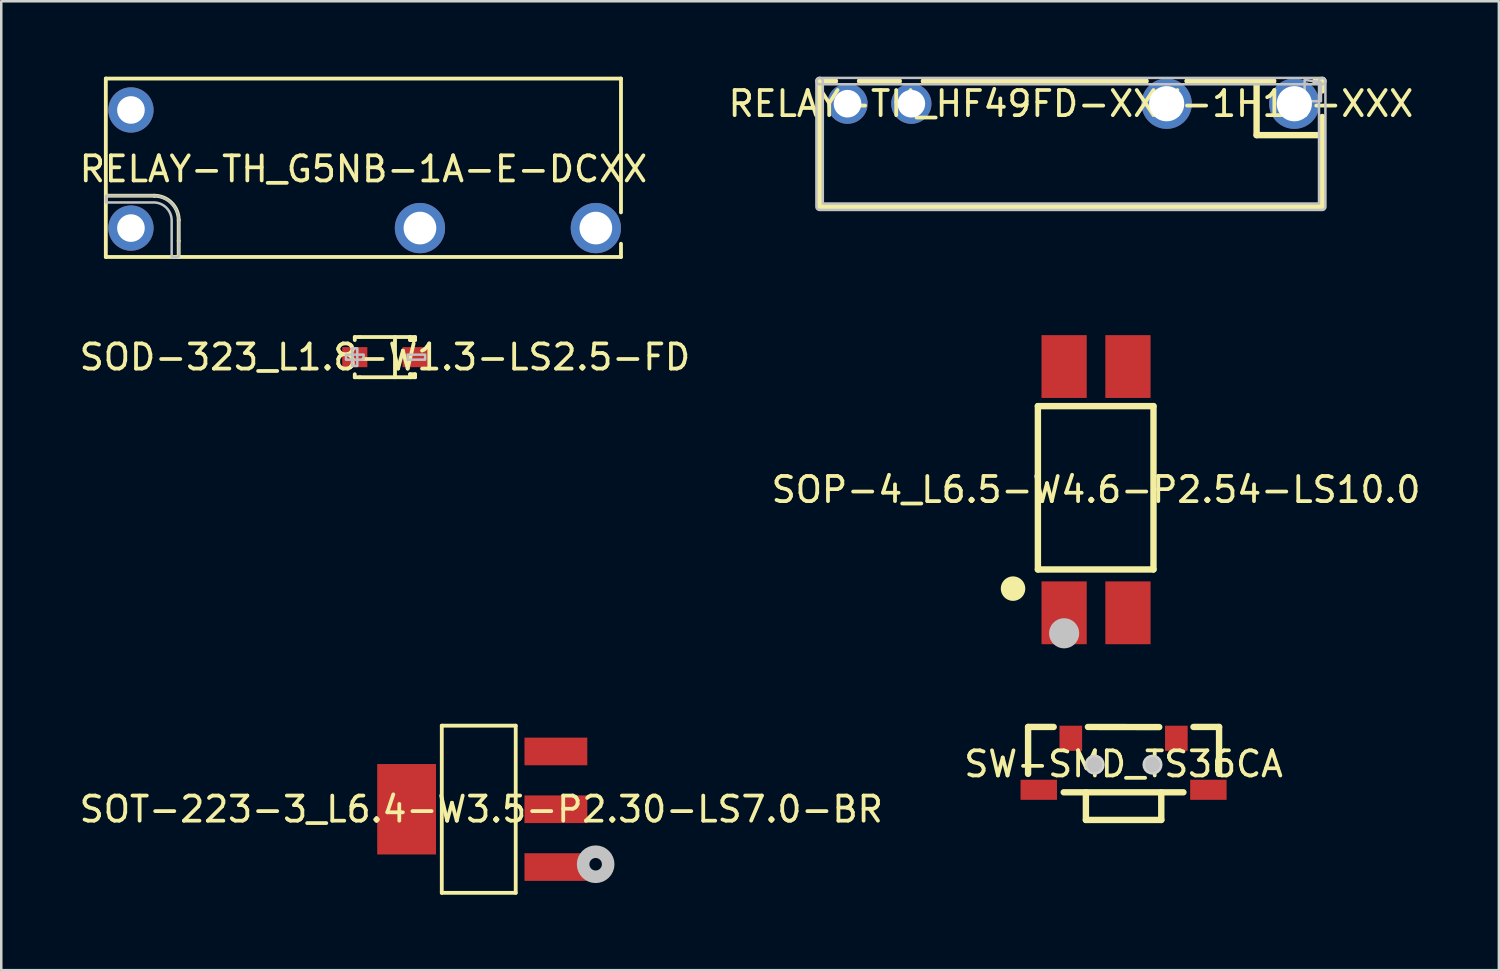
<source format=kicad_pcb>
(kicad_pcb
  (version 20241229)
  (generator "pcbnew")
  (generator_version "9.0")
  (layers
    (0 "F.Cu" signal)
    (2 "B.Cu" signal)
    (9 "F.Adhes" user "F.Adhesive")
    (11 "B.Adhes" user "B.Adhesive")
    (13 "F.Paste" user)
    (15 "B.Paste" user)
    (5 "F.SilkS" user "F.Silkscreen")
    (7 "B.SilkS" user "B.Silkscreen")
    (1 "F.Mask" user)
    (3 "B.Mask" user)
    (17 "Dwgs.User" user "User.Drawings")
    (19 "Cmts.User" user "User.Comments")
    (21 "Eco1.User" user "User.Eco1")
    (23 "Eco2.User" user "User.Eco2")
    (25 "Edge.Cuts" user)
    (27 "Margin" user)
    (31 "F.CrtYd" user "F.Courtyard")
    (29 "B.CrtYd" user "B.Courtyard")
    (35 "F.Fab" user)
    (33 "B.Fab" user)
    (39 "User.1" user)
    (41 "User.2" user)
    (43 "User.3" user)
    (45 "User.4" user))
  (footprint "SOT-223-3_L6.4-W3.5-P2.30-LS7.0-BR"
    (layer "F.Cu")
    (at 16.101 29.153)
    (property "Reference" "SOT-223-3_L6.4-W3.5-P2.30-LS7.0-BR" (at 0 0 0) (layer "F.SilkS") (effects (font (size 1 1) (thickness 0.15))))
    (fp_line (start -1.571 -3.326) (end 1.371 -3.326) (stroke (width 0.152) (type default)) (layer "F.SilkS"))
    (fp_line (start -1.571 3.326) (end -1.571 -3.326) (stroke (width 0.152) (type default)) (layer "F.SilkS"))
    (fp_line (start 1.371 -3.326) (end 1.371 3.326) (stroke (width 0.152) (type default)) (layer "F.SilkS"))
    (fp_line (start 1.371 3.326) (end -1.571 3.326) (stroke (width 0.152) (type default)) (layer "F.SilkS"))
    (fp_circle (center 4.552 2.188) (end 4.801 2.188) (stroke (width 0.5) (type default)) (fill no) (layer "Dwgs.User"))
    (fp_poly (pts (xy -3.6 1.5) (xy -3.6 -1.5) (xy -2.85 -1.5) (xy -2.85 1.5)) (stroke (width 0.1) (type default)) (fill no) (layer "User.1"))
    (fp_poly (pts (xy -2.86 1.5) (xy -2.86 -1.5) (xy -1.84 -1.5) (xy -1.84 1.5)) (stroke (width 0.1) (type default)) (fill no) (layer "User.1"))
    (fp_poly (pts (xy 1.64 -1.925) (xy 1.64 -2.675) (xy 2.66 -2.675) (xy 2.66 -1.925)) (stroke (width 0.1) (type default)) (fill no) (layer "User.1"))
    (fp_poly (pts (xy 1.64 0.375) (xy 1.64 -0.375) (xy 2.66 -0.375) (xy 2.66 0.375)) (stroke (width 0.1) (type default)) (fill no) (layer "User.1"))
    (fp_poly (pts (xy 1.64 2.675) (xy 1.64 1.925) (xy 2.66 1.925) (xy 2.66 2.675)) (stroke (width 0.1) (type default)) (fill no) (layer "User.1"))
    (fp_poly (pts (xy 2.65 -1.925) (xy 2.65 -2.675) (xy 3.4 -2.675) (xy 3.4 -1.925)) (stroke (width 0.1) (type default)) (fill no) (layer "User.1"))
    (fp_poly (pts (xy 2.65 0.375) (xy 2.65 -0.375) (xy 3.4 -0.375) (xy 3.4 0.375)) (stroke (width 0.1) (type default)) (fill no) (layer "User.1"))
    (fp_poly (pts (xy 2.65 2.675) (xy 2.65 1.925) (xy 3.4 1.925) (xy 3.4 2.675)) (stroke (width 0.1) (type default)) (fill no) (layer "User.1"))
    (fp_line (start -1.854 -3.2) (end 1.646 -3.2) (stroke (width 0.051) (type default)) (layer "User.2"))
    (fp_line (start -1.854 3.2) (end -1.854 -3.2) (stroke (width 0.051) (type default)) (layer "User.2"))
    (fp_line (start 1.646 -3.2) (end 1.646 3.2) (stroke (width 0.051) (type default)) (layer "User.2"))
    (fp_line (start 1.646 3.2) (end -1.854 3.2) (stroke (width 0.051) (type default)) (layer "User.2"))
    (fp_poly (pts (xy 3.46 3.25) (xy 3.442 3.208) (xy 3.4 3.19) (xy 3.358 3.208) (xy 3.34 3.25) (xy 3.358 3.292) (xy 3.4 3.31) (xy 3.442 3.292)) (stroke (width 0.1) (type default)) (fill no) (layer "User.3"))
    (pad "1" smd rect (at 2.97 2.3) (size 2.5 1.1) (layers "F.Cu" "F.Mask" "F.Paste"))
    (pad "2" smd rect (at 2.97 0) (size 2.5 1.1) (layers "F.Cu" "F.Mask" "F.Paste"))
    (pad "3" smd rect (at 2.97 -2.3) (size 2.5 1.1) (layers "F.Cu" "F.Mask" "F.Paste"))
    (pad "4" smd rect (at -2.97 0) (size 2.34 3.6) (layers "F.Cu" "F.Mask" "F.Paste")))
  (footprint "RELAY-TH_G5NB-1A-E-DCXX"
    (layer "F.Cu")
    (at 11.411 3.676)
    (property "Reference" "RELAY-TH_G5NB-1A-E-DCXX" (at 0 0 0) (layer "F.SilkS") (effects (font (size 1 1) (thickness 0.15))))
    (fp_line (start -10.25 -3.6) (end 10.25 -3.6) (stroke (width 0.152) (type default)) (layer "F.SilkS"))
    (fp_line (start -10.25 1.062) (end -8.32 1.062) (stroke (width 0.152) (type default)) (layer "F.SilkS"))
    (fp_line (start -10.25 3.5) (end -10.25 -3.6) (stroke (width 0.152) (type default)) (layer "F.SilkS"))
    (fp_line (start -7.35 2.033) (end -7.35 2.86) (stroke (width 0.152) (type default)) (layer "F.SilkS"))
    (fp_line (start -7.35 2.86) (end -7.35 3.5) (stroke (width 0.152) (type default)) (layer "F.SilkS"))
    (fp_line (start 10.25 -3.6) (end 10.25 1.726) (stroke (width 0.152) (type default)) (layer "F.SilkS"))
    (fp_line (start 10.25 2.974) (end 10.25 3.5) (stroke (width 0.152) (type default)) (layer "F.SilkS"))
    (fp_line (start 10.25 3.5) (end -10.25 3.5) (stroke (width 0.152) (type default)) (layer "F.SilkS"))
    (fp_arc (start -8.32 1.0625) (mid -7.634106 1.346606) (end -7.35 2.0325) (stroke (width 0.152) (type default)) (layer "F.SilkS"))
    (fp_poly (pts (xy -10.24 1.06) (arc (start -8.35 1.06) (mid -7.642893 1.352893) (end -7.35 2.06)) (xy -7.35 3.5) (arc (start -7.62 3.5) (mid -7.627071 3.502929) (end -7.63 3.51)) (arc (start -7.63 2.05) (mid -7.840883 1.540883) (end -8.35 1.33)) (xy -10.24 1.33)) (stroke (width 0.1) (type default)) (fill no) (layer "Dwgs.User"))
    (fp_poly (pts (xy -9.45 -2.55) (xy -9.05 -2.55) (xy -9.05 -2.15) (xy -9.45 -2.15)) (stroke (width 0.1) (type default)) (fill no) (layer "User.1"))
    (fp_poly (pts (xy -9.45 2.15) (xy -9.05 2.15) (xy -9.05 2.55) (xy -9.45 2.55)) (stroke (width 0.1) (type default)) (fill no) (layer "User.1"))
    (fp_poly (pts (xy 2.115 1.95) (xy 2.385 1.95) (xy 2.385 2.75) (xy 2.115 2.75)) (stroke (width 0.1) (type default)) (fill no) (layer "User.1"))
    (fp_poly (pts (xy 9.085 1.95) (xy 9.415 1.95) (xy 9.415 2.75) (xy 9.085 2.75)) (stroke (width 0.1) (type default)) (fill no) (layer "User.1"))
    (fp_line (start -10.25 -3.6) (end 10.25 -3.6) (stroke (width 0.051) (type default)) (layer "User.2"))
    (fp_line (start -10.25 3.5) (end -10.25 -3.6) (stroke (width 0.051) (type default)) (layer "User.2"))
    (fp_line (start 10.25 -3.6) (end 10.25 3.5) (stroke (width 0.051) (type default)) (layer "User.2"))
    (fp_line (start 10.25 3.5) (end -10.25 3.5) (stroke (width 0.051) (type default)) (layer "User.2"))
    (fp_poly (pts (xy -10.19 3.5) (xy -10.208 3.458) (xy -10.25 3.44) (xy -10.292 3.458) (xy -10.31 3.5) (xy -10.292 3.542) (xy -10.25 3.56) (xy -10.208 3.542)) (stroke (width 0.1) (type default)) (fill no) (layer "User.3"))
    (pad "1" thru_hole circle (at -9.25 2.35) (size 1.8 1.8) (drill 1.1) (layers "*.Cu" "*.Mask"))
    (pad "2" thru_hole circle (at 2.25 2.35) (size 2 2) (drill 1.3) (layers "*.Cu" "*.Mask"))
    (pad "3" thru_hole circle (at 9.25 2.35) (size 2 2) (drill 1.3) (layers "*.Cu" "*.Mask"))
    (pad "4" thru_hole circle (at -9.25 -2.35) (size 1.8 1.8) (drill 1.1) (layers "*.Cu" "*.Mask")))
  (footprint "RELAY-TH_HF49FD-XXX-1H11-XXX"
    (layer "F.Cu")
    (at 39.565 1.077)
    (property "Reference" "RELAY-TH_HF49FD-XXX-1H11-XXX" (at 0 0 0) (layer "F.SilkS") (effects (font (size 1 1) (thickness 0.15))))
    (fp_line (start -10 -0.9) (end -9.39 -0.9) (stroke (width 0.254) (type default)) (layer "F.SilkS"))
    (fp_line (start -10 0.2) (end -10 -0.9) (stroke (width 0.254) (type default)) (layer "F.SilkS"))
    (fp_line (start -10 4.1) (end -10 0.15) (stroke (width 0.254) (type default)) (layer "F.SilkS"))
    (fp_line (start -8.389 -0.9) (end -6.851 -0.9) (stroke (width 0.254) (type default)) (layer "F.SilkS"))
    (fp_line (start -5.849 -0.9) (end 2.971 -0.9) (stroke (width 0.254) (type default)) (layer "F.SilkS"))
    (fp_line (start 4.649 -0.9) (end 7.659 -0.9) (stroke (width 0.254) (type default)) (layer "F.SilkS"))
    (fp_line (start 4.649 -0.9) (end 8.051 -0.9) (stroke (width 0.254) (type default)) (layer "F.SilkS"))
    (fp_line (start 7.389 -0.9) (end 7.389 1.25) (stroke (width 0.254) (type default)) (layer "F.SilkS"))
    (fp_line (start 7.389 1.25) (end 10 1.25) (stroke (width 0.254) (type default)) (layer "F.SilkS"))
    (fp_line (start 10 -0.9) (end 9.729 -0.9) (stroke (width 0.254) (type default)) (layer "F.SilkS"))
    (fp_line (start 10 -0.529) (end 10 -0.9) (stroke (width 0.254) (type default)) (layer "F.SilkS"))
    (fp_line (start 10 1.203) (end 10 0.529) (stroke (width 0.254) (type default)) (layer "F.SilkS"))
    (fp_line (start 10 4.1) (end -10 4.1) (stroke (width 0.254) (type default)) (layer "F.SilkS"))
    (fp_line (start 10 4.1) (end 10 1.203) (stroke (width 0.254) (type default)) (layer "F.SilkS"))
    (fp_poly (pts (xy 9.3 -0.95) (xy 9.3 -0.1) (xy 9.95 -0.1) (xy 9.95 -0.85)) (stroke (width 0.1) (type default)) (fill no) (layer "Dwgs.User"))
    (fp_poly (pts (arc (start -10 -0.773) (mid -10.127 -0.9) (end -10 -1.027)) (arc (start 10 -1.027) (mid 10.127 -0.9) (end 10 -0.773))) (stroke (width 0.1) (type default)) (fill no) (layer "Dwgs.User"))
    (fp_poly (pts (arc (start -10.127 -0.9) (mid -10 -1.027) (end -9.873 -0.9)) (xy -9.873 3.973) (xy 9.873 3.973) (arc (start 9.873 -0.9) (mid 10 -1.027) (end 10.127 -0.9)) (arc (start 10.127 4.1) (mid 10.089803 4.189803) (end 10 4.227)) (arc (start -10 4.227) (mid -10.089803 4.189803) (end -10.127 4.1))) (stroke (width 0.1) (type default)) (fill no) (layer "Dwgs.User"))
    (fp_poly (pts (xy -9.14 0.15) (xy -9.14 -0.15) (xy -8.64 -0.15) (xy -8.64 0.15)) (stroke (width 0.1) (type default)) (fill no) (layer "User.1"))
    (fp_poly (pts (xy -6.6 0.15) (xy -6.6 -0.15) (xy -6.1 -0.15) (xy -6.1 0.15)) (stroke (width 0.1) (type default)) (fill no) (layer "User.1"))
    (fp_poly (pts (xy 3.46 0.15) (xy 3.46 -0.15) (xy 4.16 -0.15) (xy 4.16 0.15)) (stroke (width 0.1) (type default)) (fill no) (layer "User.1"))
    (fp_poly (pts (xy 8.54 -0.15) (xy 9.24 -0.15) (xy 9.24 0.15) (xy 8.54 0.15)) (stroke (width 0.1) (type default)) (fill no) (layer "User.1"))
    (fp_line (start -10 -0.9) (end 10 -0.9) (stroke (width 0.051) (type default)) (layer "User.2"))
    (fp_line (start -10 4.1) (end -10 -0.9) (stroke (width 0.051) (type default)) (layer "User.2"))
    (fp_line (start 10 -0.9) (end 10 4.1) (stroke (width 0.051) (type default)) (layer "User.2"))
    (fp_line (start 10 4.1) (end -10 4.1) (stroke (width 0.051) (type default)) (layer "User.2"))
    (fp_poly (pts (xy -9.94 4.1) (xy -9.958 4.058) (xy -10 4.04) (xy -10.042 4.058) (xy -10.06 4.1) (xy -10.042 4.142) (xy -10 4.16) (xy -9.958 4.142)) (stroke (width 0.1) (type default)) (fill no) (layer "User.3"))
    (pad "1" thru_hole circle (at -8.89 0) (size 1.6 1.6) (drill 1.1) (layers "*.Cu" "*.Mask"))
    (pad "2" thru_hole circle (at -6.35 0) (size 1.6 1.6) (drill 1.1) (layers "*.Cu" "*.Mask"))
    (pad "3" thru_hole circle (at 3.81 0) (size 2 2) (drill 1.4) (layers "*.Cu" "*.Mask"))
    (pad "4" thru_hole circle (at 8.89 0) (size 2 2) (drill 1.4) (layers "*.Cu" "*.Mask")))
  (footprint "SW-SMD_TS36CA"
    (layer "F.Cu")
    (at 41.661 27.353)
    (property "Reference" "SW-SMD_TS36CA" (at 0 0 0) (layer "F.SilkS") (effects (font (size 1 1) (thickness 0.15))))
    (fp_line (start -3.8 -1.475) (end -3.8 0.394) (stroke (width 0.254) (type default)) (layer "F.SilkS"))
    (fp_line (start -3.8 -1.475) (end -2.781 -1.475) (stroke (width 0.254) (type default)) (layer "F.SilkS"))
    (fp_line (start -2.382 1.125) (end 2.382 1.125) (stroke (width 0.254) (type default)) (layer "F.SilkS"))
    (fp_line (start -1.5 2.225) (end -1.5 1.125) (stroke (width 0.254) (type default)) (layer "F.SilkS"))
    (fp_line (start -1.5 2.225) (end 1.5 2.225) (stroke (width 0.254) (type default)) (layer "F.SilkS"))
    (fp_line (start -1.419 -1.475) (end 1.419 -1.47) (stroke (width 0.254) (type default)) (layer "F.SilkS"))
    (fp_line (start 1.5 2.225) (end 1.5 1.125) (stroke (width 0.254) (type default)) (layer "F.SilkS"))
    (fp_line (start 2.781 -1.475) (end 3.8 -1.475) (stroke (width 0.254) (type default)) (layer "F.SilkS"))
    (fp_line (start 3.8 -1.475) (end 3.8 0.394) (stroke (width 0.254) (type default)) (layer "F.SilkS"))
    (fp_circle (center -1.15 0.025) (end -1 0.025) (stroke (width 0.3) (type default)) (fill no) (layer "Dwgs.User"))
    (fp_circle (center 1.15 0.025) (end 1.3 0.025) (stroke (width 0.3) (type default)) (fill no) (layer "Dwgs.User"))
    (fp_poly (pts (xy -0.75 0.025) (xy -0.77 -0.099) (xy -0.826 -0.21) (xy -0.915 -0.299) (xy -1.026 -0.355) (xy -1.15 -0.375) (xy -1.274 -0.355) (xy -1.385 -0.299) (xy -1.474 -0.21) (xy -1.53 -0.099) (xy -1.55 0.025) (xy -1.53 0.149) (xy -1.474 0.26) (xy -1.385 0.349) (xy -1.274 0.405) (xy -1.15 0.425) (xy -1.026 0.405) (xy -0.915 0.349) (xy -0.826 0.26) (xy -0.77 0.149)) (stroke (width 0) (type default)) (fill yes) (layer "Edge.Cuts"))
    (fp_poly (pts (xy 1.55 0.025) (xy 1.53 -0.099) (xy 1.474 -0.21) (xy 1.385 -0.299) (xy 1.274 -0.355) (xy 1.15 -0.375) (xy 1.026 -0.355) (xy 0.915 -0.299) (xy 0.826 -0.21) (xy 0.77 -0.099) (xy 0.75 0.025) (xy 0.77 0.149) (xy 0.826 0.26) (xy 0.915 0.349) (xy 1.026 0.405) (xy 1.15 0.425) (xy 1.274 0.405) (xy 1.385 0.349) (xy 1.474 0.26) (xy 1.53 0.149)) (stroke (width 0) (type default)) (fill yes) (layer "Edge.Cuts"))
    (fp_poly (pts (xy -2.4 -1.37) (xy -1.8 -1.37) (xy -1.8 -0.58) (xy -2.4 -0.58)) (stroke (width 0.1) (type default)) (fill no) (layer "User.1"))
    (fp_poly (pts (xy 1.8 -1.37) (xy 2.4 -1.37) (xy 2.4 -0.58) (xy 1.8 -0.58)) (stroke (width 0.1) (type default)) (fill no) (layer "User.1"))
    (fp_poly (pts (xy 3.582 0.65) (xy 3.582 0.928) (xy 3 0.928) (xy 3 1.092) (xy 3.789 1.098) (xy 3.794 1.093) (xy 3.794 0.65)) (stroke (width 0.1) (type default)) (fill no) (layer "User.1"))
    (fp_poly (pts (xy -3.804 0.65) (xy -3.804 1.098) (xy -3.803 1.099) (xy -3.12 1.099) (xy -3.12 0.93) (xy -3.119 0.929) (xy -3.6 0.929) (xy -3.615 0.914) (xy -3.615 0.65)) (stroke (width 0.1) (type default)) (fill no) (layer "User.1"))
    (fp_line (start -3.8 -1.37) (end 3.8 -1.37) (stroke (width 0.051) (type default)) (layer "User.2"))
    (fp_line (start -3.8 1.1) (end -3.8 -1.37) (stroke (width 0.051) (type default)) (layer "User.2"))
    (fp_line (start -1.5 1.1) (end -3.8 1.1) (stroke (width 0.051) (type default)) (layer "User.2"))
    (fp_line (start -1.5 2.13) (end -1.5 1.1) (stroke (width 0.051) (type default)) (layer "User.2"))
    (fp_line (start 1.5 1.1) (end 1.5 2.13) (stroke (width 0.051) (type default)) (layer "User.2"))
    (fp_line (start 1.5 2.13) (end -1.5 2.13) (stroke (width 0.051) (type default)) (layer "User.2"))
    (fp_line (start 3.8 -1.37) (end 3.8 1.1) (stroke (width 0.051) (type default)) (layer "User.2"))
    (fp_line (start 3.8 1.1) (end 1.5 1.1) (stroke (width 0.051) (type default)) (layer "User.2"))
    (fp_poly (pts (xy -3.744 2.13) (xy -3.761 2.088) (xy -3.804 2.07) (xy -3.846 2.088) (xy -3.864 2.13) (xy -3.846 2.172) (xy -3.804 2.19) (xy -3.761 2.172)) (stroke (width 0.1) (type default)) (fill no) (layer "User.3"))
    (pad "A" smd rect (at -3.375 1.025) (size 1.45 0.8) (layers "F.Cu" "F.Mask" "F.Paste"))
    (pad "B" smd rect (at 3.375 1.025) (size 1.45 0.8) (layers "F.Cu" "F.Mask" "F.Paste"))
    (pad "C" smd rect (at -2.1 -1.025) (size 0.9 1) (layers "F.Cu" "F.Mask" "F.Paste"))
    (pad "D" smd rect (at 2.1 -1.025) (size 0.9 1) (layers "F.Cu" "F.Mask" "F.Paste")))
  (footprint "SOD-323_L1.8-W1.3-LS2.5-FD"
    (layer "F.Cu")
    (at 12.268 11.162)
    (property "Reference" "SOD-323_L1.8-W1.3-LS2.5-FD" (at 0 0 0) (layer "F.SilkS") (effects (font (size 1 1) (thickness 0.15))))
    (fp_line (start -1.2 -0.8) (end -1.2 -0.68) (stroke (width 0.152) (type default)) (layer "F.SilkS"))
    (fp_line (start -1.2 0.68) (end -1.2 0.8) (stroke (width 0.152) (type default)) (layer "F.SilkS"))
    (fp_line (start -1.2 0.8) (end -1 0.8) (stroke (width 0.152) (type default)) (layer "F.SilkS"))
    (fp_line (start -1 -0.8) (end -1.2 -0.8) (stroke (width 0.152) (type default)) (layer "F.SilkS"))
    (fp_line (start -1 -0.8) (end 1 -0.8) (stroke (width 0.152) (type default)) (layer "F.SilkS"))
    (fp_line (start -1 0.8) (end 1 0.8) (stroke (width 0.152) (type default)) (layer "F.SilkS"))
    (fp_line (start 0.4 -0.8) (end 0.4 0.8) (stroke (width 0.152) (type default)) (layer "F.SilkS"))
    (fp_line (start 1 -0.8) (end 1 -0.68) (stroke (width 0.152) (type default)) (layer "F.SilkS"))
    (fp_line (start 1 -0.8) (end 1.2 -0.8) (stroke (width 0.152) (type default)) (layer "F.SilkS"))
    (fp_line (start 1 0.68) (end 1 0.8) (stroke (width 0.152) (type default)) (layer "F.SilkS"))
    (fp_line (start 1 0.68) (end 1.2 0.68) (stroke (width 0.152) (type default)) (layer "F.SilkS"))
    (fp_line (start 1.2 -0.8) (end 1.2 -0.68) (stroke (width 0.152) (type default)) (layer "F.SilkS"))
    (fp_line (start 1.2 -0.68) (end 1 -0.68) (stroke (width 0.152) (type default)) (layer "F.SilkS"))
    (fp_line (start 1.2 0.68) (end 1.2 0.8) (stroke (width 0.152) (type default)) (layer "F.SilkS"))
    (fp_line (start 1.2 0.8) (end 1 0.8) (stroke (width 0.152) (type default)) (layer "F.SilkS"))
    (fp_poly (pts (xy -1.55 -0.1) (xy -0.85 -0.1) (xy -0.85 0) (xy -0.85 0.1) (xy -1.55 0.1)) (stroke (width 0.1) (type default)) (fill no) (layer "Dwgs.User"))
    (fp_poly (pts (xy -1.3 0.35) (xy -1.3 -0.35) (xy -1.2 -0.35) (xy -1.1 -0.35) (xy -1.1 0.35)) (stroke (width 0.1) (type default)) (fill no) (layer "Dwgs.User"))
    (fp_poly (pts (xy 0.9 -0.1) (xy 1.6 -0.1) (xy 1.6 0) (xy 1.6 0.1) (xy 0.9 0.1)) (stroke (width 0.1) (type default)) (fill no) (layer "Dwgs.User"))
    (fp_poly (pts (xy -1.325 0.15) (xy -1.325 -0.15) (xy -1 -0.15) (xy -1 0.15)) (stroke (width 0.1) (type default)) (fill no) (layer "User.1"))
    (fp_poly (pts (xy -1.01 0.15) (xy -1.01 -0.15) (xy -0.84 -0.15) (xy -0.84 0.15)) (stroke (width 0.1) (type default)) (fill no) (layer "User.1"))
    (fp_poly (pts (xy 0.84 0.15) (xy 0.84 -0.15) (xy 1.01 -0.15) (xy 1.01 0.15)) (stroke (width 0.1) (type default)) (fill no) (layer "User.1"))
    (fp_poly (pts (xy 1 0.15) (xy 1 -0.15) (xy 1.325 -0.15) (xy 1.325 0.15)) (stroke (width 0.1) (type default)) (fill no) (layer "User.1"))
    (fp_line (start -0.85 -0.65) (end 0.85 -0.65) (stroke (width 0.051) (type default)) (layer "User.2"))
    (fp_line (start -0.85 0.65) (end -0.85 -0.65) (stroke (width 0.051) (type default)) (layer "User.2"))
    (fp_line (start 0.85 -0.65) (end 0.85 0.65) (stroke (width 0.051) (type default)) (layer "User.2"))
    (fp_line (start 0.85 0.65) (end -0.85 0.65) (stroke (width 0.051) (type default)) (layer "User.2"))
    (fp_poly (pts (xy -1.265 0.65) (xy -1.283 0.608) (xy -1.325 0.59) (xy -1.367 0.608) (xy -1.385 0.65) (xy -1.367 0.692) (xy -1.325 0.71) (xy -1.283 0.692)) (stroke (width 0.1) (type default)) (fill no) (layer "User.3"))
    (pad "1" smd rect (at -1.2 0 180) (size 1 0.8) (layers "F.Cu" "F.Mask" "F.Paste"))
    (pad "2" smd rect (at 1.2 0 180) (size 1 0.8) (layers "F.Cu" "F.Mask" "F.Paste")))
  (footprint "SOP-4_L6.5-W4.6-P2.54-LS10.0"
    (layer "F.Cu")
    (at 40.565 16.436)
    (property "Reference" "SOP-4_L6.5-W4.6-P2.54-LS10.0" (at 0 0 0) (layer "F.SilkS") (effects (font (size 1 1) (thickness 0.15))))
    (fp_line (start -2.314 -3.325) (end 2.286 -3.325) (stroke (width 0.254) (type default)) (layer "F.SilkS"))
    (fp_line (start -2.314 3.175) (end -2.314 -3.325) (stroke (width 0.254) (type default)) (layer "F.SilkS"))
    (fp_line (start 2.286 -3.325) (end 2.286 3.175) (stroke (width 0.254) (type default)) (layer "F.SilkS"))
    (fp_line (start 2.286 3.175) (end -2.314 3.175) (stroke (width 0.254) (type default)) (layer "F.SilkS"))
    (fp_poly (pts (arc (start -3.302 4.4235) (mid -3.30375 3.450498) (end -3.3045 4.4235))) (stroke (width 0) (type default)) (fill yes) (layer "F.SilkS"))
    (fp_circle (center -1.27 5.715) (end -0.97 5.715) (stroke (width 0.6) (type default)) (fill no) (layer "Dwgs.User"))
    (fp_poly (pts (xy -1.87 -3.975) (xy -1.87 -4.98) (xy -0.67 -4.98) (xy -0.67 -3.975)) (stroke (width 0.1) (type default)) (fill no) (layer "User.1"))
    (fp_poly (pts (xy -1.87 -3.24) (xy -1.87 -4.085) (xy -0.67 -4.085) (xy -0.67 -3.24)) (stroke (width 0.1) (type default)) (fill no) (layer "User.1"))
    (fp_poly (pts (xy -1.87 4.085) (xy -1.87 3.24) (xy -0.67 3.24) (xy -0.67 4.085)) (stroke (width 0.1) (type default)) (fill no) (layer "User.1"))
    (fp_poly (pts (xy -1.87 4.98) (xy -1.87 3.975) (xy -0.67 3.975) (xy -0.67 4.98)) (stroke (width 0.1) (type default)) (fill no) (layer "User.1"))
    (fp_poly (pts (xy 0.67 -3.975) (xy 0.67 -4.98) (xy 1.87 -4.98) (xy 1.87 -3.975)) (stroke (width 0.1) (type default)) (fill no) (layer "User.1"))
    (fp_poly (pts (xy 0.67 -3.24) (xy 0.67 -4.085) (xy 1.87 -4.085) (xy 1.87 -3.24)) (stroke (width 0.1) (type default)) (fill no) (layer "User.1"))
    (fp_poly (pts (xy 0.67 4.085) (xy 0.67 3.24) (xy 1.87 3.24) (xy 1.87 4.085)) (stroke (width 0.1) (type default)) (fill no) (layer "User.1"))
    (fp_poly (pts (xy 0.67 4.98) (xy 0.67 3.975) (xy 1.87 3.975) (xy 1.87 4.98)) (stroke (width 0.1) (type default)) (fill no) (layer "User.1"))
    (fp_line (start -2.3 -3.25) (end 2.3 -3.25) (stroke (width 0.051) (type default)) (layer "User.2"))
    (fp_line (start -2.3 3.25) (end -2.3 -3.25) (stroke (width 0.051) (type default)) (layer "User.2"))
    (fp_line (start 2.3 -3.25) (end 2.3 3.25) (stroke (width 0.051) (type default)) (layer "User.2"))
    (fp_line (start 2.3 3.25) (end -2.3 3.25) (stroke (width 0.051) (type default)) (layer "User.2"))
    (fp_poly (pts (xy -2.24 4.98) (xy -2.258 4.938) (xy -2.3 4.92) (xy -2.342 4.938) (xy -2.36 4.98) (xy -2.342 5.022) (xy -2.3 5.04) (xy -2.258 5.022)) (stroke (width 0.1) (type default)) (fill no) (layer "User.3"))
    (pad "1" smd rect (at -1.27 4.9) (size 1.8 2.5) (layers "F.Cu" "F.Mask" "F.Paste"))
    (pad "2" smd rect (at 1.27 4.9) (size 1.8 2.5) (layers "F.Cu" "F.Mask" "F.Paste"))
    (pad "3" smd rect (at 1.27 -4.9) (size 1.8 2.5) (layers "F.Cu" "F.Mask" "F.Paste"))
    (pad "4" smd rect (at -1.27 -4.9) (size 1.8 2.5) (layers "F.Cu" "F.Mask" "F.Paste")))
  (gr_rect
    (start -3 -3)
    (end 56.595 35.556)
    (stroke (width 0.1) (type default))
    (fill no)
    (layer "Edge.Cuts")))
</source>
